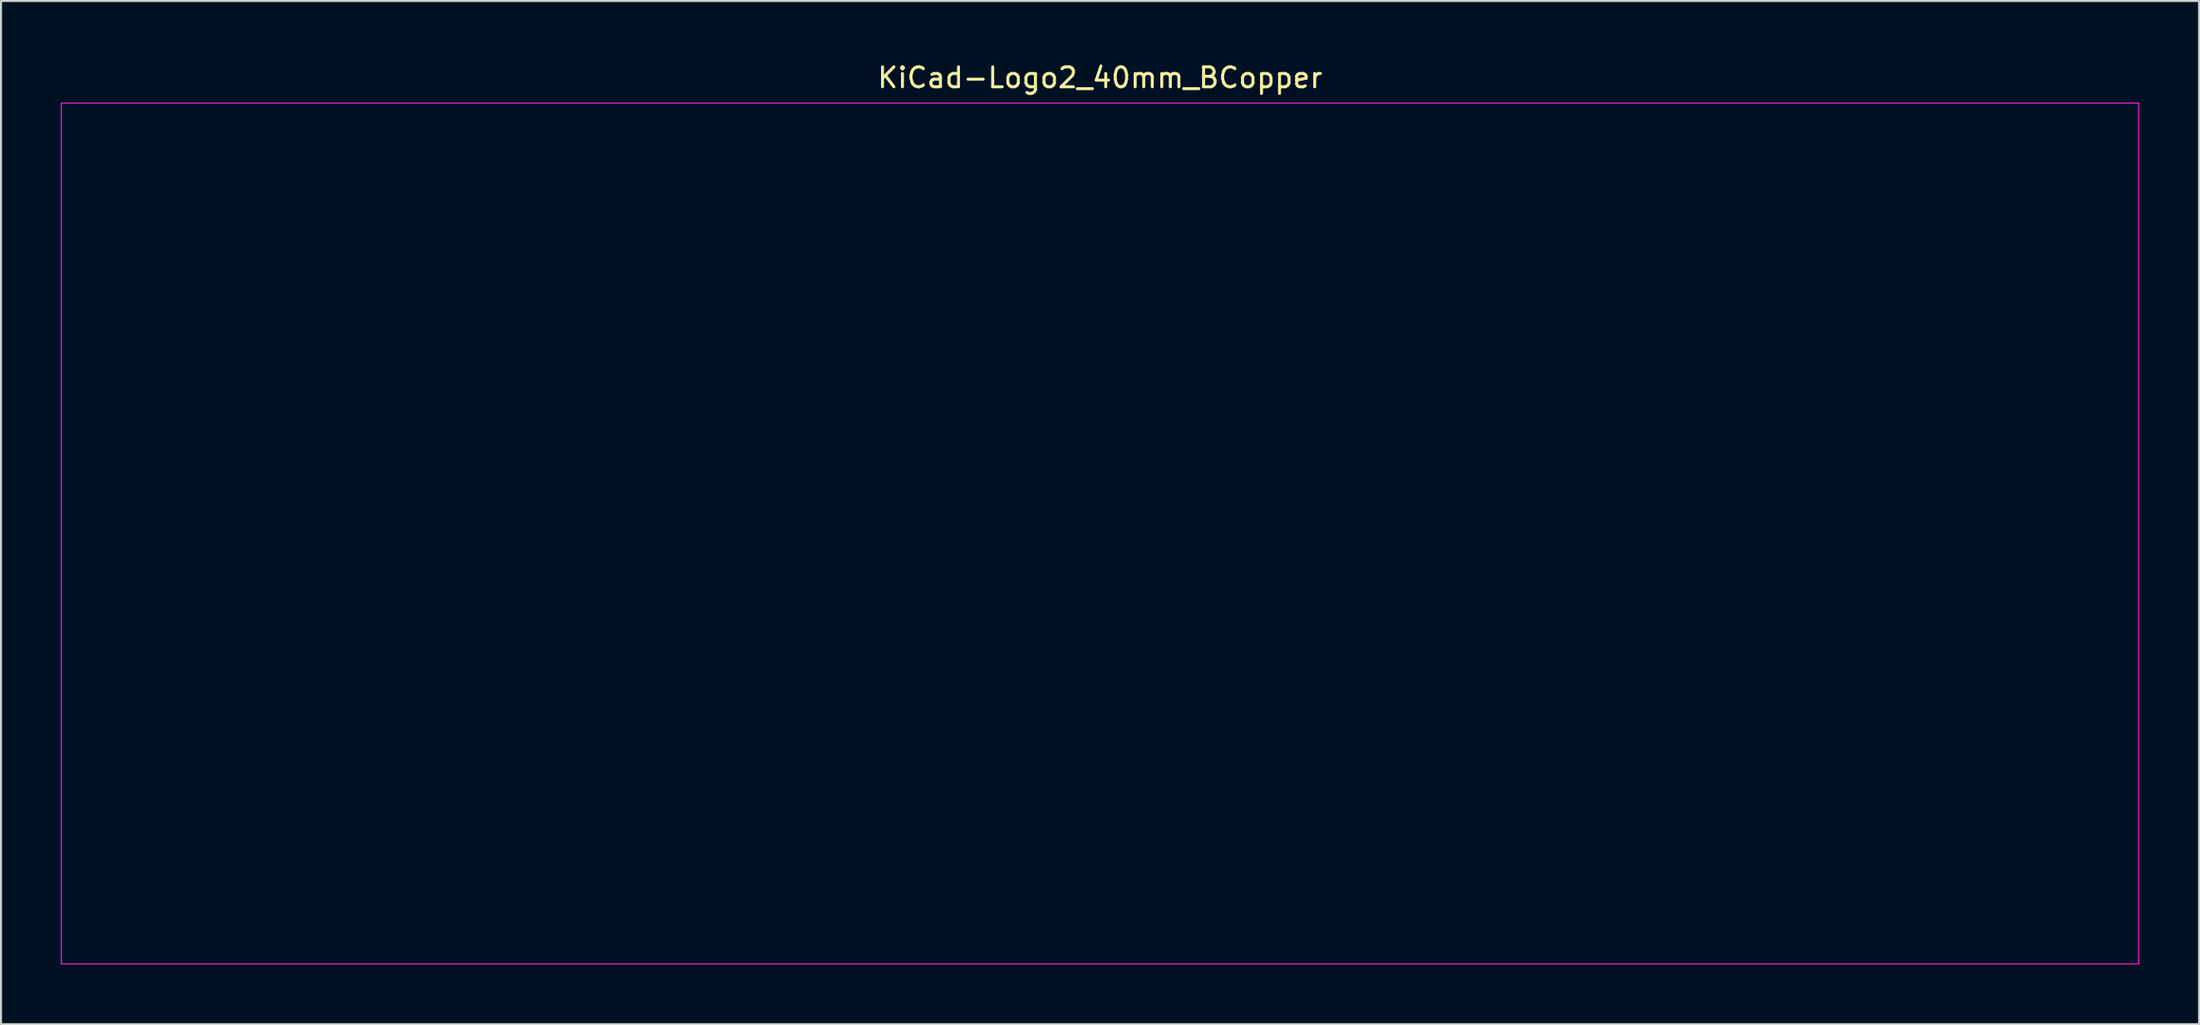
<source format=kicad_pcb>
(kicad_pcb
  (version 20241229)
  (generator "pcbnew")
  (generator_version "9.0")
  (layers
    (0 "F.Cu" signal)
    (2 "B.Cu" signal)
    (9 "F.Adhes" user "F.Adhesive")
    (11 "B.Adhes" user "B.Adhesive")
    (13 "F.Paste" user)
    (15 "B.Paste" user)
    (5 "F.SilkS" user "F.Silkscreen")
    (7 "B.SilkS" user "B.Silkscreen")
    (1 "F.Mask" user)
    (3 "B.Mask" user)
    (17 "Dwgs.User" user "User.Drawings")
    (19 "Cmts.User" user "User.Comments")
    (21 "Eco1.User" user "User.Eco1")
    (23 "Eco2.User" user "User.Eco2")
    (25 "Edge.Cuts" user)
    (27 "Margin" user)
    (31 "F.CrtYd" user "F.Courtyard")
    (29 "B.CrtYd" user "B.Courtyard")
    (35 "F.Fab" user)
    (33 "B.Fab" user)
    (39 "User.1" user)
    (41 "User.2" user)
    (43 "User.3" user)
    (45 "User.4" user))
  (footprint "KiCad-Logo2_40mm_BCopper"
    (layer "F.Cu")
    (at 52.095 23.708)
    (property "Reference" "KiCad-Logo2_40mm_BCopper" (at 0 -22.86 0) (layer "F.SilkS") (effects (font (size 1 1) (thickness 0.15))))
    (attr exclude_from_pos_files exclude_from_bom)
    (fp_line (start -52.07 -21.59) (end 52.07 -21.59) (stroke (width 0.05) (type solid)) (layer "F.CrtYd"))
    (fp_line (start -52.07 21.59) (end -52.07 -21.59) (stroke (width 0.05) (type solid)) (layer "F.CrtYd"))
    (fp_line (start 52.07 -21.59) (end 52.07 21.59) (stroke (width 0.05) (type solid)) (layer "F.CrtYd"))
    (fp_line (start 52.07 21.59) (end -52.07 21.59) (stroke (width 0.05) (type solid)) (layer "F.CrtYd")))
  (gr_rect
    (start -3 -3)
    (end 107.19 48.323)
    (stroke (width 0.1) (type default))
    (fill no)
    (layer "Edge.Cuts")))
</source>
